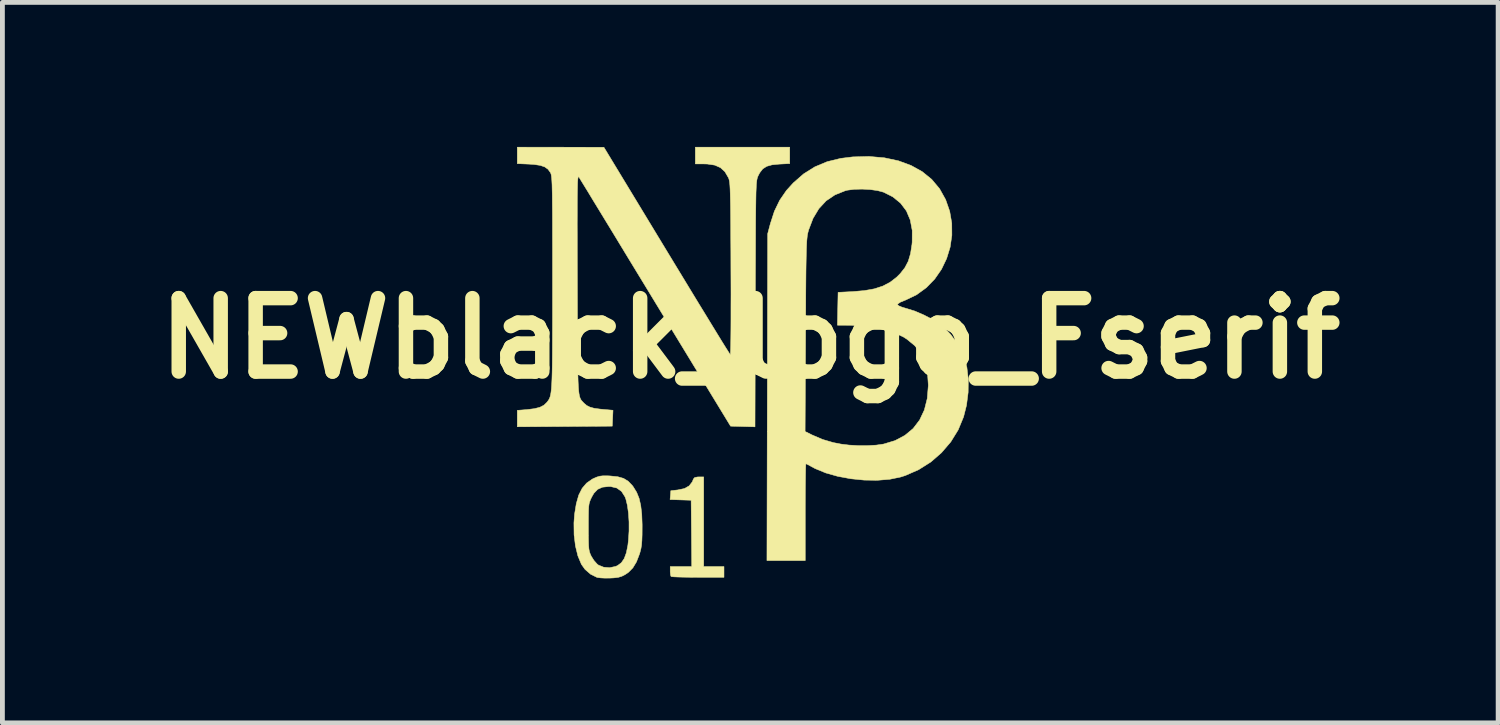
<source format=kicad_pcb>
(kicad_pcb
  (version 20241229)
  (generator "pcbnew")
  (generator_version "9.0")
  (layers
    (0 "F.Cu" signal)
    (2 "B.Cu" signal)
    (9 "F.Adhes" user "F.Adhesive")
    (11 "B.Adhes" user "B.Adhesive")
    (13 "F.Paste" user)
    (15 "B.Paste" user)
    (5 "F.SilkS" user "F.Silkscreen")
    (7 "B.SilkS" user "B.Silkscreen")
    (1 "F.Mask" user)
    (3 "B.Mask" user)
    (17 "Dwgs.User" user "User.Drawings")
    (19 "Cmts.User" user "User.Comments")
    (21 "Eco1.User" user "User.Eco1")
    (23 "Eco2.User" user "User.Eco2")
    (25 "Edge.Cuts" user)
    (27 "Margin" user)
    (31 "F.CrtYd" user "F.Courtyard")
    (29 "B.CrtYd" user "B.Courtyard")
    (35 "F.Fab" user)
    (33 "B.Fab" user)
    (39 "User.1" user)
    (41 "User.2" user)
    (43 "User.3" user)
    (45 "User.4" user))
  (footprint "NEWblack_logo_Fserif"
    (layer "F.Cu")
    (at 12.526 3.974)
    (property "Reference" "NEWblack_logo_Fserif" (at 0 0 0) (layer "F.SilkS") (effects (font (size 1.524 1.524) (thickness 0.3))))
    (attr through_hole)
    (fp_poly (pts (xy -0.967 4.738) (xy -0.546 4.738) (xy -0.546 4.961) (xy -1.087 4.961) (xy -1.246 4.96) (xy -1.389 4.958) (xy -1.506 4.955) (xy -1.592 4.951) (xy -1.639 4.946) (xy -1.645 4.944) (xy -1.656 4.911) (xy -1.662 4.849) (xy -1.662 4.833) (xy -1.662 4.738) (xy -1.215 4.738) (xy -1.221 4.049) (xy -1.228 3.361) (xy -1.446 3.354) (xy -1.665 3.347) (xy -1.657 3.255) (xy -1.65 3.163) (xy -1.504 3.147) (xy -1.367 3.118) (xy -1.269 3.063) (xy -1.203 2.978) (xy -1.181 2.921) (xy -1.155 2.89) (xy -1.096 2.878) (xy -1.067 2.877) (xy -0.967 2.877) (xy -0.967 4.738)) (stroke (width 0.01) (type solid)) (fill yes) (layer "F.SilkS"))
    (fp_poly (pts (xy -2.966 2.854) (xy -2.907 2.857) (xy -2.751 2.873) (xy -2.632 2.907) (xy -2.536 2.965) (xy -2.451 3.053) (xy -2.428 3.084) (xy -2.359 3.196) (xy -2.308 3.322) (xy -2.274 3.47) (xy -2.253 3.648) (xy -2.245 3.864) (xy -2.245 3.919) (xy -2.246 4.076) (xy -2.25 4.196) (xy -2.257 4.289) (xy -2.27 4.366) (xy -2.289 4.441) (xy -2.3 4.477) (xy -2.363 4.641) (xy -2.438 4.765) (xy -2.531 4.859) (xy -2.596 4.903) (xy -2.668 4.94) (xy -2.741 4.962) (xy -2.832 4.973) (xy -2.912 4.977) (xy -3.017 4.978) (xy -3.111 4.973) (xy -3.177 4.964) (xy -3.184 4.962) (xy -3.315 4.897) (xy -3.431 4.796) (xy -3.506 4.691) (xy -3.579 4.516) (xy -3.63 4.308) (xy -3.658 4.075) (xy -3.66 3.919) (xy -3.361 3.919) (xy -3.361 4.087) (xy -3.359 4.213) (xy -3.356 4.305) (xy -3.35 4.373) (xy -3.34 4.425) (xy -3.326 4.468) (xy -3.307 4.511) (xy -3.299 4.527) (xy -3.245 4.612) (xy -3.181 4.684) (xy -3.153 4.707) (xy -3.044 4.751) (xy -2.919 4.761) (xy -2.795 4.735) (xy -2.753 4.716) (xy -2.676 4.658) (xy -2.617 4.572) (xy -2.573 4.453) (xy -2.541 4.294) (xy -2.529 4.188) (xy -2.517 4.001) (xy -2.517 3.81) (xy -2.529 3.627) (xy -2.552 3.464) (xy -2.584 3.334) (xy -2.601 3.29) (xy -2.672 3.178) (xy -2.771 3.107) (xy -2.898 3.077) (xy -2.936 3.076) (xy -3.069 3.09) (xy -3.169 3.135) (xy -3.248 3.218) (xy -3.292 3.295) (xy -3.316 3.345) (xy -3.333 3.389) (xy -3.346 3.436) (xy -3.354 3.494) (xy -3.358 3.572) (xy -3.36 3.679) (xy -3.361 3.821) (xy -3.361 3.919) (xy -3.66 3.919) (xy -3.661 3.829) (xy -3.648 3.653) (xy -3.612 3.432) (xy -3.561 3.253) (xy -3.49 3.113) (xy -3.398 3.005) (xy -3.282 2.924) (xy -3.262 2.913) (xy -3.189 2.881) (xy -3.127 2.862) (xy -3.059 2.854) (xy -2.966 2.854)) (stroke (width 0.01) (type solid)) (fill yes) (layer "F.SilkS"))
    (fp_poly (pts (xy 2.784 -3.748) (xy 3.075 -3.686) (xy 3.338 -3.589) (xy 3.569 -3.461) (xy 3.767 -3.3) (xy 3.927 -3.109) (xy 3.929 -3.107) (xy 4.056 -2.879) (xy 4.14 -2.638) (xy 4.183 -2.39) (xy 4.185 -2.14) (xy 4.149 -1.893) (xy 4.076 -1.656) (xy 3.969 -1.433) (xy 3.828 -1.23) (xy 3.655 -1.052) (xy 3.453 -0.905) (xy 3.222 -0.794) (xy 3.206 -0.788) (xy 3.114 -0.75) (xy 3.065 -0.716) (xy 3.057 -0.698) (xy 3.083 -0.675) (xy 3.148 -0.648) (xy 3.241 -0.62) (xy 3.249 -0.618) (xy 3.423 -0.563) (xy 3.606 -0.484) (xy 3.784 -0.391) (xy 3.939 -0.291) (xy 4.023 -0.224) (xy 4.157 -0.084) (xy 4.281 0.083) (xy 4.384 0.259) (xy 4.436 0.377) (xy 4.497 0.603) (xy 4.526 0.855) (xy 4.523 1.121) (xy 4.489 1.389) (xy 4.428 1.63) (xy 4.316 1.901) (xy 4.162 2.15) (xy 3.97 2.374) (xy 3.747 2.568) (xy 3.495 2.727) (xy 3.221 2.847) (xy 3.125 2.878) (xy 2.895 2.926) (xy 2.638 2.947) (xy 2.365 2.943) (xy 2.087 2.915) (xy 1.817 2.865) (xy 1.566 2.794) (xy 1.345 2.703) (xy 1.273 2.664) (xy 1.21 2.629) (xy 1.166 2.608) (xy 1.155 2.604) (xy 1.152 2.628) (xy 1.149 2.697) (xy 1.147 2.804) (xy 1.145 2.946) (xy 1.143 3.116) (xy 1.142 3.31) (xy 1.141 3.522) (xy 1.141 3.609) (xy 1.141 4.614) (xy 0.346 4.614) (xy 0.352 1.933) (xy 1.138 1.933) (xy 1.282 2.005) (xy 1.498 2.098) (xy 1.723 2.164) (xy 1.881 2.195) (xy 2.052 2.216) (xy 2.242 2.227) (xy 2.434 2.227) (xy 2.613 2.217) (xy 2.76 2.196) (xy 2.766 2.195) (xy 3.005 2.123) (xy 3.21 2.014) (xy 3.381 1.872) (xy 3.516 1.695) (xy 3.614 1.487) (xy 3.674 1.249) (xy 3.696 0.981) (xy 3.696 0.967) (xy 3.679 0.716) (xy 3.628 0.499) (xy 3.54 0.312) (xy 3.415 0.152) (xy 3.249 0.016) (xy 3.172 -0.032) (xy 3.01 -0.108) (xy 2.809 -0.172) (xy 2.58 -0.222) (xy 2.333 -0.256) (xy 2.079 -0.272) (xy 2.015 -0.272) (xy 1.809 -0.273) (xy 1.816 -0.614) (xy 1.823 -0.955) (xy 2.121 -0.97) (xy 2.368 -0.991) (xy 2.576 -1.028) (xy 2.751 -1.085) (xy 2.902 -1.164) (xy 3.037 -1.268) (xy 3.114 -1.345) (xy 3.21 -1.467) (xy 3.28 -1.601) (xy 3.327 -1.759) (xy 3.357 -1.952) (xy 3.361 -1.999) (xy 3.362 -2.241) (xy 3.321 -2.457) (xy 3.241 -2.646) (xy 3.12 -2.806) (xy 2.96 -2.937) (xy 2.768 -3.034) (xy 2.645 -3.067) (xy 2.491 -3.089) (xy 2.324 -3.098) (xy 2.16 -3.094) (xy 2.018 -3.076) (xy 1.97 -3.064) (xy 1.757 -2.978) (xy 1.575 -2.855) (xy 1.424 -2.692) (xy 1.303 -2.491) (xy 1.211 -2.25) (xy 1.199 -2.205) (xy 1.191 -2.172) (xy 1.184 -2.133) (xy 1.179 -2.084) (xy 1.173 -2.023) (xy 1.169 -1.945) (xy 1.165 -1.847) (xy 1.162 -1.725) (xy 1.159 -1.578) (xy 1.156 -1.4) (xy 1.154 -1.188) (xy 1.152 -0.94) (xy 1.151 -0.651) (xy 1.149 -0.319) (xy 1.148 -0.057) (xy 1.138 1.933) (xy 0.352 1.933) (xy 0.354 1.222) (xy 0.361 -2.17) (xy 0.417 -2.381) (xy 0.501 -2.64) (xy 0.61 -2.865) (xy 0.749 -3.068) (xy 0.892 -3.226) (xy 1.107 -3.414) (xy 1.34 -3.56) (xy 1.595 -3.667) (xy 1.877 -3.736) (xy 2.128 -3.767) (xy 2.467 -3.776) (xy 2.784 -3.748)) (stroke (width 0.01) (type solid)) (fill yes) (layer "F.SilkS"))
    (fp_poly (pts (xy 0.819 -3.628) (xy 0.6 -3.617) (xy 0.451 -3.602) (xy 0.341 -3.571) (xy 0.259 -3.518) (xy 0.196 -3.437) (xy 0.164 -3.376) (xy 0.156 -3.357) (xy 0.148 -3.337) (xy 0.142 -3.313) (xy 0.136 -3.283) (xy 0.131 -3.242) (xy 0.126 -3.189) (xy 0.123 -3.12) (xy 0.119 -3.033) (xy 0.117 -2.924) (xy 0.115 -2.79) (xy 0.113 -2.629) (xy 0.111 -2.438) (xy 0.11 -2.213) (xy 0.109 -1.952) (xy 0.108 -1.651) (xy 0.106 -1.308) (xy 0.105 -0.92) (xy 0.105 -0.712) (xy 0.098 1.837) (xy -0.156 1.83) (xy -0.409 1.823) (xy -1.96 -0.725) (xy -2.158 -1.051) (xy -2.35 -1.366) (xy -2.534 -1.668) (xy -2.707 -1.953) (xy -2.869 -2.22) (xy -3.018 -2.464) (xy -3.152 -2.684) (xy -3.27 -2.877) (xy -3.369 -3.041) (xy -3.449 -3.171) (xy -3.508 -3.267) (xy -3.543 -3.325) (xy -3.553 -3.341) (xy -3.56 -3.351) (xy -3.567 -3.355) (xy -3.572 -3.348) (xy -3.577 -3.329) (xy -3.581 -3.294) (xy -3.585 -3.241) (xy -3.587 -3.166) (xy -3.589 -3.068) (xy -3.591 -2.942) (xy -3.592 -2.787) (xy -3.592 -2.598) (xy -3.593 -2.374) (xy -3.592 -2.112) (xy -3.592 -1.808) (xy -3.591 -1.46) (xy -3.59 -1.129) (xy -3.589 -0.736) (xy -3.588 -0.39) (xy -3.587 -0.088) (xy -3.586 0.174) (xy -3.585 0.399) (xy -3.582 0.59) (xy -3.579 0.75) (xy -3.575 0.882) (xy -3.57 0.989) (xy -3.564 1.075) (xy -3.556 1.142) (xy -3.547 1.193) (xy -3.535 1.233) (xy -3.522 1.263) (xy -3.507 1.287) (xy -3.489 1.307) (xy -3.469 1.328) (xy -3.453 1.345) (xy -3.398 1.393) (xy -3.331 1.427) (xy -3.241 1.452) (xy -3.117 1.469) (xy -3.044 1.476) (xy -2.85 1.493) (xy -2.865 1.823) (xy -3.851 1.83) (xy -4.837 1.836) (xy -4.837 1.495) (xy -4.636 1.479) (xy -4.482 1.46) (xy -4.368 1.431) (xy -4.284 1.388) (xy -4.221 1.327) (xy -4.221 1.327) (xy -4.202 1.302) (xy -4.184 1.276) (xy -4.169 1.248) (xy -4.156 1.214) (xy -4.145 1.17) (xy -4.136 1.114) (xy -4.128 1.042) (xy -4.122 0.952) (xy -4.117 0.84) (xy -4.113 0.702) (xy -4.11 0.537) (xy -4.108 0.34) (xy -4.107 0.109) (xy -4.106 -0.16) (xy -4.105 -0.47) (xy -4.105 -0.823) (xy -4.105 -1.153) (xy -4.105 -1.536) (xy -4.105 -1.872) (xy -4.106 -2.165) (xy -4.106 -2.417) (xy -4.107 -2.633) (xy -4.109 -2.814) (xy -4.11 -2.965) (xy -4.113 -3.088) (xy -4.115 -3.187) (xy -4.119 -3.264) (xy -4.123 -3.323) (xy -4.128 -3.366) (xy -4.133 -3.398) (xy -4.14 -3.421) (xy -4.147 -3.438) (xy -4.149 -3.441) (xy -4.199 -3.51) (xy -4.267 -3.559) (xy -4.362 -3.591) (xy -4.491 -3.61) (xy -4.595 -3.617) (xy -4.837 -3.627) (xy -4.837 -3.969) (xy -3.039 -3.967) (xy -1.738 -1.821) (xy -1.557 -1.523) (xy -1.383 -1.237) (xy -1.218 -0.965) (xy -1.064 -0.712) (xy -0.921 -0.479) (xy -0.793 -0.269) (xy -0.681 -0.086) (xy -0.586 0.069) (xy -0.51 0.191) (xy -0.455 0.278) (xy -0.423 0.328) (xy -0.416 0.339) (xy -0.412 0.317) (xy -0.409 0.249) (xy -0.406 0.139) (xy -0.404 -0.01) (xy -0.402 -0.194) (xy -0.401 -0.41) (xy -0.401 -0.653) (xy -0.4 -0.92) (xy -0.401 -1.208) (xy -0.402 -1.443) (xy -0.403 -1.786) (xy -0.405 -2.083) (xy -0.406 -2.338) (xy -0.408 -2.553) (xy -0.41 -2.734) (xy -0.413 -2.882) (xy -0.416 -3.002) (xy -0.419 -3.097) (xy -0.423 -3.171) (xy -0.428 -3.227) (xy -0.434 -3.269) (xy -0.441 -3.3) (xy -0.449 -3.324) (xy -0.454 -3.335) (xy -0.526 -3.458) (xy -0.618 -3.543) (xy -0.738 -3.596) (xy -0.891 -3.619) (xy -0.961 -3.621) (xy -1.141 -3.621) (xy -1.141 -3.969) (xy 0.819 -3.969) (xy 0.819 -3.628)) (stroke (width 0.01) (type solid)) (fill yes) (layer "F.SilkS")))
  (gr_rect
    (start -3 -3)
    (end 28.052 11.957)
    (stroke (width 0.1) (type default))
    (fill no)
    (layer "Edge.Cuts")))
</source>
